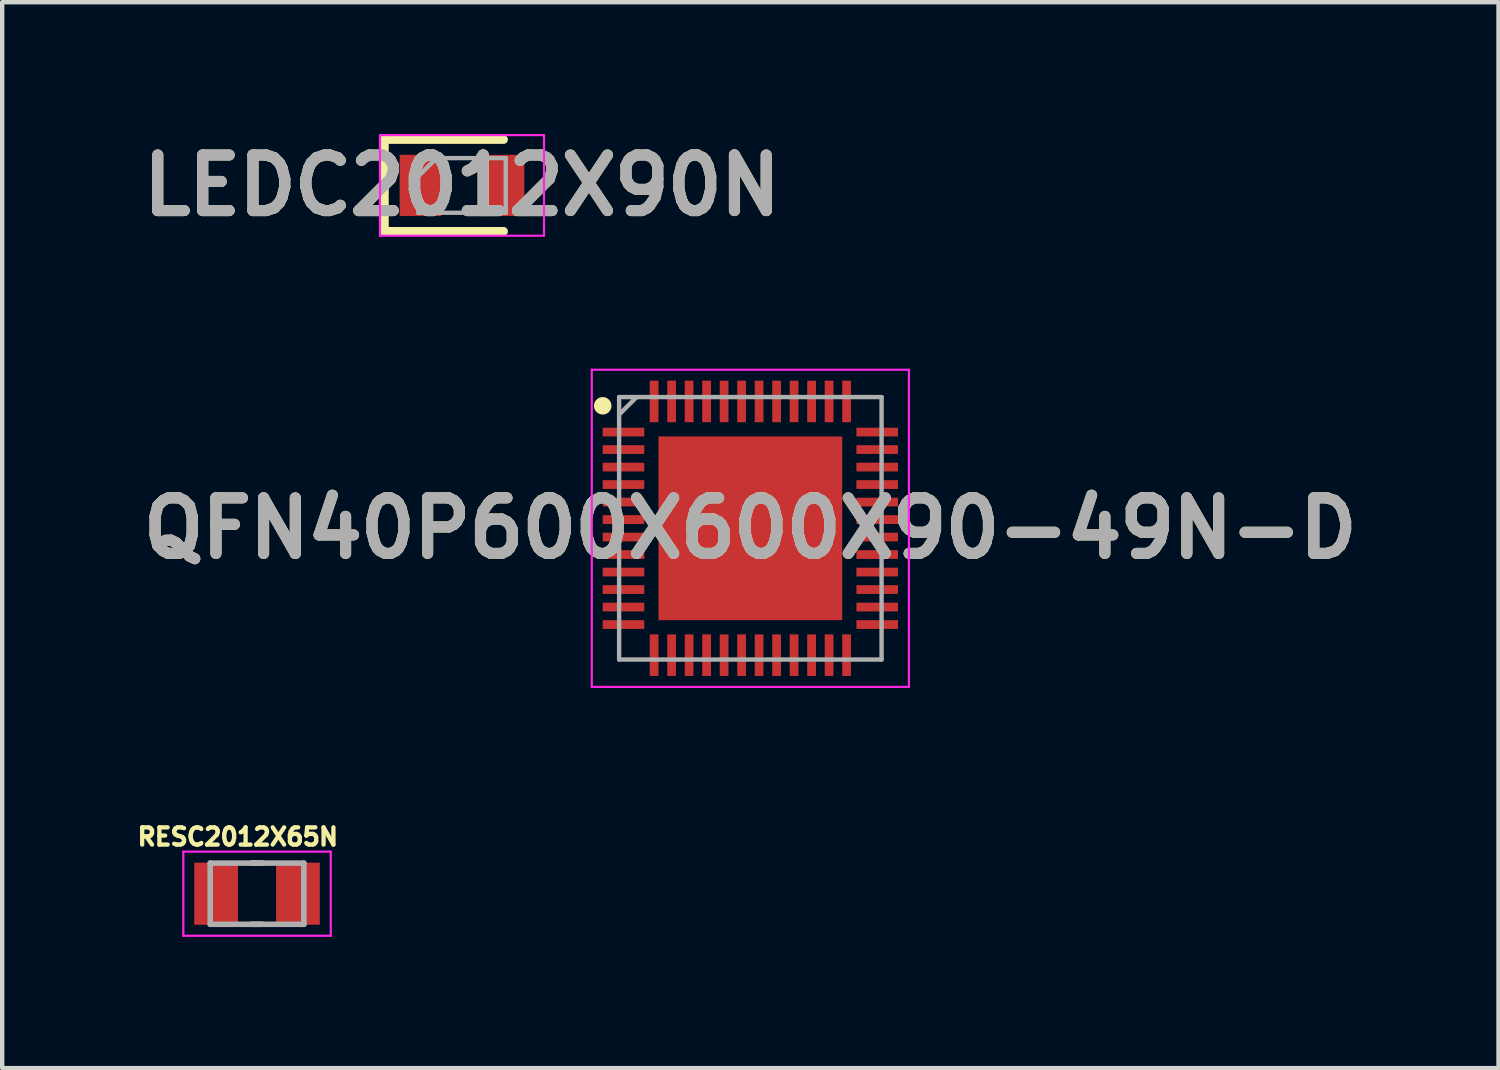
<source format=kicad_pcb>
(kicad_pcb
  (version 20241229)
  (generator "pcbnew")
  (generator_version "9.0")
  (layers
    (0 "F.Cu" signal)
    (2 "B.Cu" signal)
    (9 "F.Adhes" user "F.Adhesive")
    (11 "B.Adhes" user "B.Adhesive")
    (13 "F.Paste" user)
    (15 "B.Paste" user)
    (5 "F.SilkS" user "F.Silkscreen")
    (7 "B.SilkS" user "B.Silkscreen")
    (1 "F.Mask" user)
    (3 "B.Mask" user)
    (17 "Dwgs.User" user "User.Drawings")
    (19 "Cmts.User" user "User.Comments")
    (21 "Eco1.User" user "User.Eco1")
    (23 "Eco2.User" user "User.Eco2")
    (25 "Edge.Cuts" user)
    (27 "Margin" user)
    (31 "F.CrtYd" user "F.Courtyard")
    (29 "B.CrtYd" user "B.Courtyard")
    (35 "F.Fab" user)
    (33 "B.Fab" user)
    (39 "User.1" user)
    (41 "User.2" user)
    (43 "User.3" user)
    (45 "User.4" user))
  (footprint "RESC2012X65N"
    (layer "F.Cu")
    (at 2.826 17.38)
    (property "Reference" "RESC2012X65N" (at -0.44 -1.3 0) (layer "F.SilkS") (effects (font (size 0.394 0.394) (thickness 0.15))))
    (attr smd)
    (fp_line (start -0.12 -0.7) (end 0.12 -0.7) (stroke (width 0.127) (type solid)) (layer "F.SilkS"))
    (fp_line (start -0.12 0.7) (end 0.12 0.7) (stroke (width 0.127) (type solid)) (layer "F.SilkS"))
    (fp_line (start -1.685 -0.962) (end 1.685 -0.962) (stroke (width 0.05) (type solid)) (layer "F.CrtYd"))
    (fp_line (start -1.685 0.962) (end -1.685 -0.962) (stroke (width 0.05) (type solid)) (layer "F.CrtYd"))
    (fp_line (start -1.685 0.962) (end 1.685 0.962) (stroke (width 0.05) (type solid)) (layer "F.CrtYd"))
    (fp_line (start 1.685 0.962) (end 1.685 -0.962) (stroke (width 0.05) (type solid)) (layer "F.CrtYd"))
    (fp_line (start -1.07 0.7) (end -1.07 -0.7) (stroke (width 0.127) (type solid)) (layer "F.Fab"))
    (fp_line (start 1.07 -0.7) (end -1.07 -0.7) (stroke (width 0.127) (type solid)) (layer "F.Fab"))
    (fp_line (start 1.07 0.7) (end -1.07 0.7) (stroke (width 0.127) (type solid)) (layer "F.Fab"))
    (fp_line (start 1.07 0.7) (end 1.07 -0.7) (stroke (width 0.127) (type solid)) (layer "F.Fab"))
    (pad "1" smd rect (at -0.935 0) (size 1 1.42) (layers "F.Cu" "F.Mask" "F.Paste"))
    (pad "2" smd rect (at 0.935 0) (size 1 1.42) (layers "F.Cu" "F.Mask" "F.Paste")))
  (footprint "QFN40P600X600X90-49N-D"
    (layer "F.Cu")
    (at 14.103 9.027)
    (property "Reference" "QFN40P600X600X90-49N-D" (at 0 0 0) (layer "F.SilkS") (effects (font (size 1.27 1.27) (thickness 0.254))))
    (attr smd)
    (fp_circle (center -3.375 -2.8) (end -3.375 -2.7) (stroke (width 0.2) (type solid)) (fill no) (layer "F.SilkS"))
    (fp_line (start -3.625 -3.625) (end 3.625 -3.625) (stroke (width 0.05) (type solid)) (layer "F.CrtYd"))
    (fp_line (start -3.625 3.625) (end -3.625 -3.625) (stroke (width 0.05) (type solid)) (layer "F.CrtYd"))
    (fp_line (start 3.625 -3.625) (end 3.625 3.625) (stroke (width 0.05) (type solid)) (layer "F.CrtYd"))
    (fp_line (start 3.625 3.625) (end -3.625 3.625) (stroke (width 0.05) (type solid)) (layer "F.CrtYd"))
    (fp_line (start -3 -3) (end 3 -3) (stroke (width 0.1) (type solid)) (layer "F.Fab"))
    (fp_line (start -3 -2.6) (end -2.6 -3) (stroke (width 0.1) (type solid)) (layer "F.Fab"))
    (fp_line (start -3 3) (end -3 -3) (stroke (width 0.1) (type solid)) (layer "F.Fab"))
    (fp_line (start 3 -3) (end 3 3) (stroke (width 0.1) (type solid)) (layer "F.Fab"))
    (fp_line (start 3 3) (end -3 3) (stroke (width 0.1) (type solid)) (layer "F.Fab"))
    (fp_text user "${REFERENCE}" (at 0 0 0) (layer "F.Fab") (effects (font (size 1.27 1.27) (thickness 0.254))))
    (pad "1" smd rect (at -2.9 -2.2 90) (size 0.2 0.95) (layers "F.Cu" "F.Mask" "F.Paste"))
    (pad "2" smd rect (at -2.9 -1.8 90) (size 0.2 0.95) (layers "F.Cu" "F.Mask" "F.Paste"))
    (pad "3" smd rect (at -2.9 -1.4 90) (size 0.2 0.95) (layers "F.Cu" "F.Mask" "F.Paste"))
    (pad "4" smd rect (at -2.9 -1 90) (size 0.2 0.95) (layers "F.Cu" "F.Mask" "F.Paste"))
    (pad "5" smd rect (at -2.9 -0.6 90) (size 0.2 0.95) (layers "F.Cu" "F.Mask" "F.Paste"))
    (pad "6" smd rect (at -2.9 -0.2 90) (size 0.2 0.95) (layers "F.Cu" "F.Mask" "F.Paste"))
    (pad "7" smd rect (at -2.9 0.2 90) (size 0.2 0.95) (layers "F.Cu" "F.Mask" "F.Paste"))
    (pad "8" smd rect (at -2.9 0.6 90) (size 0.2 0.95) (layers "F.Cu" "F.Mask" "F.Paste"))
    (pad "9" smd rect (at -2.9 1 90) (size 0.2 0.95) (layers "F.Cu" "F.Mask" "F.Paste"))
    (pad "10" smd rect (at -2.9 1.4 90) (size 0.2 0.95) (layers "F.Cu" "F.Mask" "F.Paste"))
    (pad "11" smd rect (at -2.9 1.8 90) (size 0.2 0.95) (layers "F.Cu" "F.Mask" "F.Paste"))
    (pad "12" smd rect (at -2.9 2.2 90) (size 0.2 0.95) (layers "F.Cu" "F.Mask" "F.Paste"))
    (pad "13" smd rect (at -2.2 2.9) (size 0.2 0.95) (layers "F.Cu" "F.Mask" "F.Paste"))
    (pad "14" smd rect (at -1.8 2.9) (size 0.2 0.95) (layers "F.Cu" "F.Mask" "F.Paste"))
    (pad "15" smd rect (at -1.4 2.9) (size 0.2 0.95) (layers "F.Cu" "F.Mask" "F.Paste"))
    (pad "16" smd rect (at -1 2.9) (size 0.2 0.95) (layers "F.Cu" "F.Mask" "F.Paste"))
    (pad "17" smd rect (at -0.6 2.9) (size 0.2 0.95) (layers "F.Cu" "F.Mask" "F.Paste"))
    (pad "18" smd rect (at -0.2 2.9) (size 0.2 0.95) (layers "F.Cu" "F.Mask" "F.Paste"))
    (pad "19" smd rect (at 0.2 2.9) (size 0.2 0.95) (layers "F.Cu" "F.Mask" "F.Paste"))
    (pad "20" smd rect (at 0.6 2.9) (size 0.2 0.95) (layers "F.Cu" "F.Mask" "F.Paste"))
    (pad "21" smd rect (at 1 2.9) (size 0.2 0.95) (layers "F.Cu" "F.Mask" "F.Paste"))
    (pad "22" smd rect (at 1.4 2.9) (size 0.2 0.95) (layers "F.Cu" "F.Mask" "F.Paste"))
    (pad "23" smd rect (at 1.8 2.9) (size 0.2 0.95) (layers "F.Cu" "F.Mask" "F.Paste"))
    (pad "24" smd rect (at 2.2 2.9) (size 0.2 0.95) (layers "F.Cu" "F.Mask" "F.Paste"))
    (pad "25" smd rect (at 2.9 2.2 90) (size 0.2 0.95) (layers "F.Cu" "F.Mask" "F.Paste"))
    (pad "26" smd rect (at 2.9 1.8 90) (size 0.2 0.95) (layers "F.Cu" "F.Mask" "F.Paste"))
    (pad "27" smd rect (at 2.9 1.4 90) (size 0.2 0.95) (layers "F.Cu" "F.Mask" "F.Paste"))
    (pad "28" smd rect (at 2.9 1 90) (size 0.2 0.95) (layers "F.Cu" "F.Mask" "F.Paste"))
    (pad "29" smd rect (at 2.9 0.6 90) (size 0.2 0.95) (layers "F.Cu" "F.Mask" "F.Paste"))
    (pad "30" smd rect (at 2.9 0.2 90) (size 0.2 0.95) (layers "F.Cu" "F.Mask" "F.Paste"))
    (pad "31" smd rect (at 2.9 -0.2 90) (size 0.2 0.95) (layers "F.Cu" "F.Mask" "F.Paste"))
    (pad "32" smd rect (at 2.9 -0.6 90) (size 0.2 0.95) (layers "F.Cu" "F.Mask" "F.Paste"))
    (pad "33" smd rect (at 2.9 -1 90) (size 0.2 0.95) (layers "F.Cu" "F.Mask" "F.Paste"))
    (pad "34" smd rect (at 2.9 -1.4 90) (size 0.2 0.95) (layers "F.Cu" "F.Mask" "F.Paste"))
    (pad "35" smd rect (at 2.9 -1.8 90) (size 0.2 0.95) (layers "F.Cu" "F.Mask" "F.Paste"))
    (pad "36" smd rect (at 2.9 -2.2 90) (size 0.2 0.95) (layers "F.Cu" "F.Mask" "F.Paste"))
    (pad "37" smd rect (at 2.2 -2.9) (size 0.2 0.95) (layers "F.Cu" "F.Mask" "F.Paste"))
    (pad "38" smd rect (at 1.8 -2.9) (size 0.2 0.95) (layers "F.Cu" "F.Mask" "F.Paste"))
    (pad "39" smd rect (at 1.4 -2.9) (size 0.2 0.95) (layers "F.Cu" "F.Mask" "F.Paste"))
    (pad "40" smd rect (at 1 -2.9) (size 0.2 0.95) (layers "F.Cu" "F.Mask" "F.Paste"))
    (pad "41" smd rect (at 0.6 -2.9) (size 0.2 0.95) (layers "F.Cu" "F.Mask" "F.Paste"))
    (pad "42" smd rect (at 0.2 -2.9) (size 0.2 0.95) (layers "F.Cu" "F.Mask" "F.Paste"))
    (pad "43" smd rect (at -0.2 -2.9) (size 0.2 0.95) (layers "F.Cu" "F.Mask" "F.Paste"))
    (pad "44" smd rect (at -0.6 -2.9) (size 0.2 0.95) (layers "F.Cu" "F.Mask" "F.Paste"))
    (pad "45" smd rect (at -1 -2.9) (size 0.2 0.95) (layers "F.Cu" "F.Mask" "F.Paste"))
    (pad "46" smd rect (at -1.4 -2.9) (size 0.2 0.95) (layers "F.Cu" "F.Mask" "F.Paste"))
    (pad "47" smd rect (at -1.8 -2.9) (size 0.2 0.95) (layers "F.Cu" "F.Mask" "F.Paste"))
    (pad "48" smd rect (at -2.2 -2.9) (size 0.2 0.95) (layers "F.Cu" "F.Mask" "F.Paste"))
    (pad "49" smd rect (at 0 0) (size 4.2 4.2) (layers "F.Cu" "F.Mask" "F.Paste")))
  (footprint "LEDC2012X90N"
    (layer "F.Cu")
    (at 7.511 1.189)
    (property "Reference" "LEDC2012X90N" (at 0 0 0) (layer "F.SilkS") (effects (font (size 1.27 1.27) (thickness 0.254))))
    (attr smd)
    (fp_line (start -1.775 -1.05) (end -1.775 1.05) (stroke (width 0.2) (type solid)) (layer "F.SilkS"))
    (fp_line (start -1.775 1.05) (end 0.95 1.05) (stroke (width 0.2) (type solid)) (layer "F.SilkS"))
    (fp_line (start 0.95 -1.05) (end -1.775 -1.05) (stroke (width 0.2) (type solid)) (layer "F.SilkS"))
    (fp_line (start -1.875 -1.15) (end 1.875 -1.15) (stroke (width 0.05) (type solid)) (layer "F.CrtYd"))
    (fp_line (start -1.875 1.15) (end -1.875 -1.15) (stroke (width 0.05) (type solid)) (layer "F.CrtYd"))
    (fp_line (start 1.875 -1.15) (end 1.875 1.15) (stroke (width 0.05) (type solid)) (layer "F.CrtYd"))
    (fp_line (start 1.875 1.15) (end -1.875 1.15) (stroke (width 0.05) (type solid)) (layer "F.CrtYd"))
    (fp_line (start -1 -0.625) (end 1 -0.625) (stroke (width 0.1) (type solid)) (layer "F.Fab"))
    (fp_line (start -1 -0.208) (end -0.583 -0.625) (stroke (width 0.1) (type solid)) (layer "F.Fab"))
    (fp_line (start -1 0.625) (end -1 -0.625) (stroke (width 0.1) (type solid)) (layer "F.Fab"))
    (fp_line (start 1 -0.625) (end 1 0.625) (stroke (width 0.1) (type solid)) (layer "F.Fab"))
    (fp_line (start 1 0.625) (end -1 0.625) (stroke (width 0.1) (type solid)) (layer "F.Fab"))
    (fp_text user "${REFERENCE}" (at 0 0 0) (layer "F.Fab") (effects (font (size 1.27 1.27) (thickness 0.254))))
    (pad "1" smd rect (at -0.95 0) (size 0.95 1.4) (layers "F.Cu" "F.Mask" "F.Paste"))
    (pad "2" smd rect (at 0.95 0) (size 0.95 1.4) (layers "F.Cu" "F.Mask" "F.Paste")))
  (gr_rect
    (start -3 -3)
    (end 31.206 21.367)
    (stroke (width 0.1) (type default))
    (fill no)
    (layer "Edge.Cuts")))
</source>
